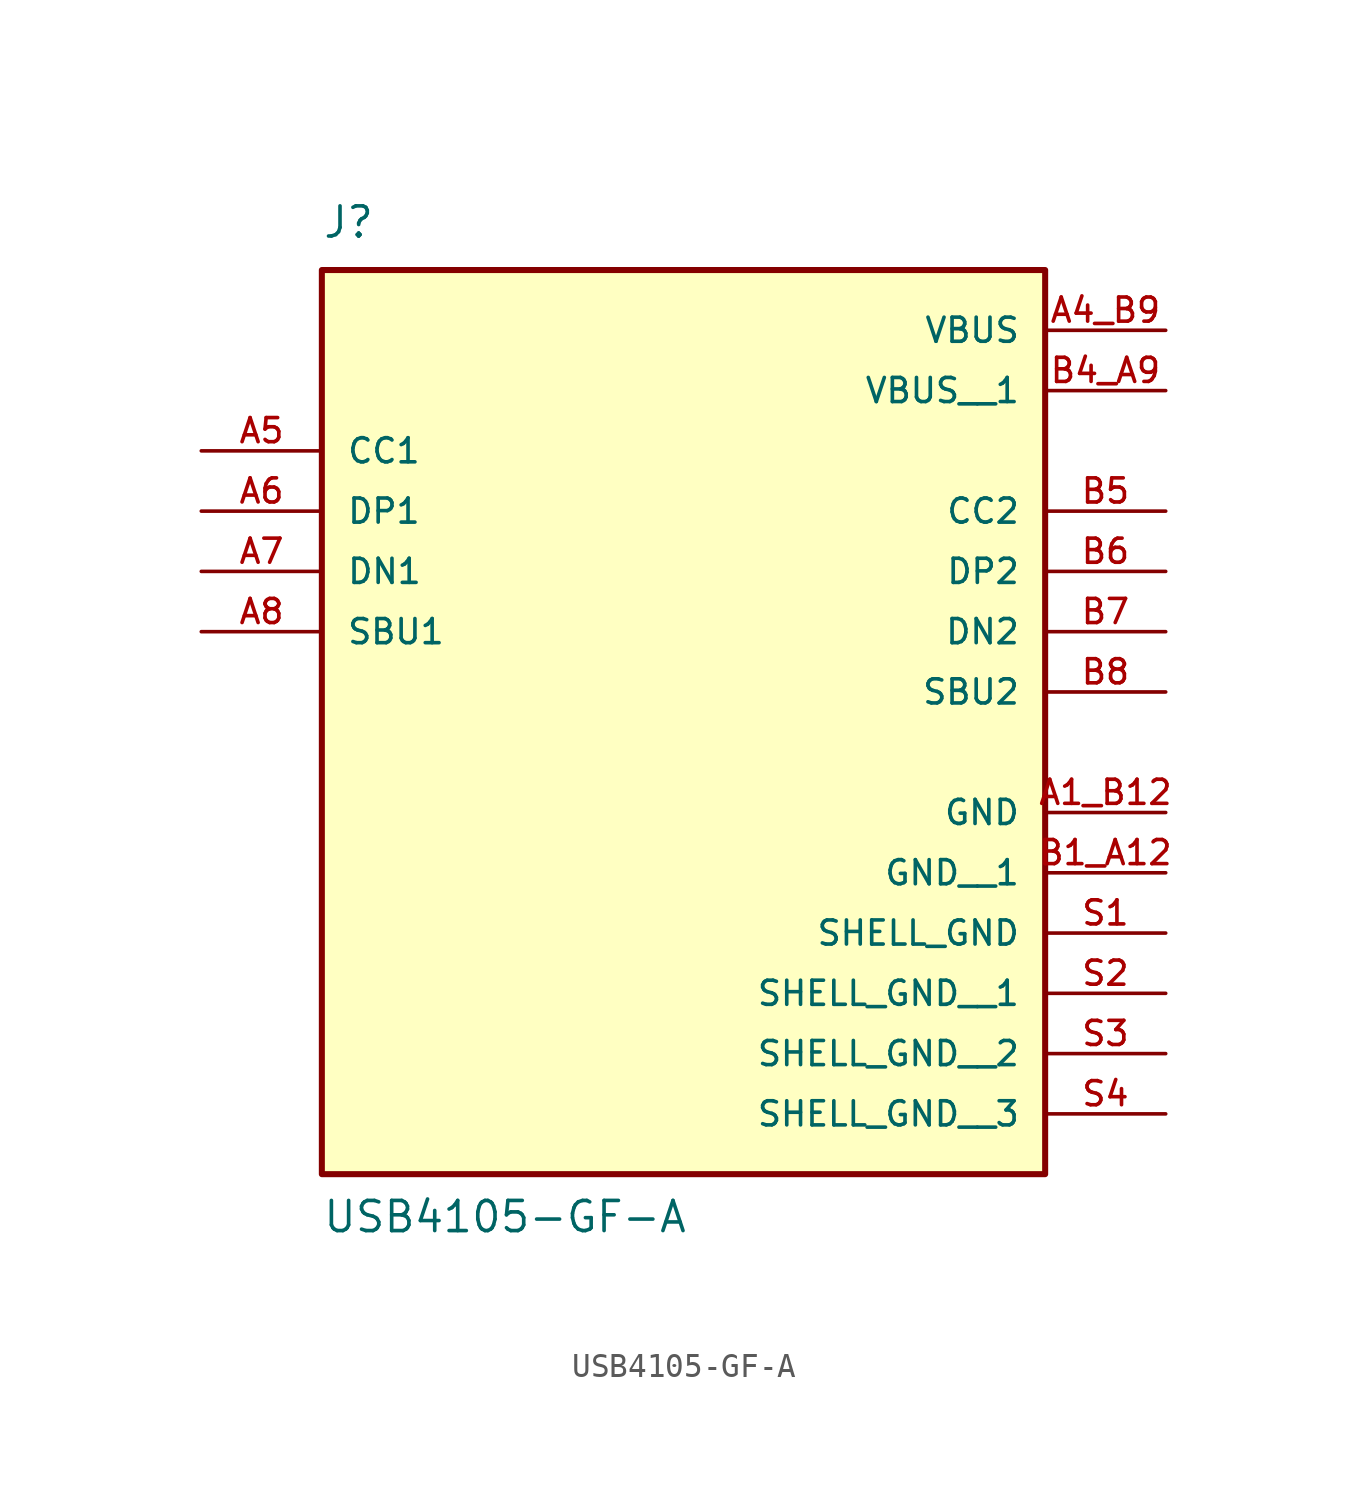
<source format=kicad_sym>
(kicad_symbol_lib
  (version 20211014)
  (generator kicad_symbol_editor)
  (symbol "USB4105-GF-A"
    (pin_names
      (offset 1.016))
    (property "Reference" "J"
      (at -15.24 13.97 0)
      (effects (font (size 1.27 1.27)) (justify left bottom)))
    (property "Value" "USB4105-GF-A"
      (at -15.24 -27.94 0)
      (effects (font (size 1.27 1.27)) (justify left bottom)))
    (property "ki_locked" ""
      (at 0 0 0)
      (effects (font (size 1.27 1.27))))
    (symbol "USB4105-GF-A_0_0"
      (rectangle (start -15.24 -25.4) (end 15.24 12.7) (stroke (width 0.254) (type default) (color 0 0 0 0)) (fill (type background)))
      (pin power_in line (at 20.32 -10.16 180) (length 5.08) (name "GND" (effects (font (size 1.016 1.016)))) (number "A1_B12" (effects (font (size 1.016 1.016)))))
      (pin power_in line (at 20.32 10.16 180) (length 5.08) (name "VBUS" (effects (font (size 1.016 1.016)))) (number "A4_B9" (effects (font (size 1.016 1.016)))))
      (pin bidirectional line (at -20.32 5.08 0) (length 5.08) (name "CC1" (effects (font (size 1.016 1.016)))) (number "A5" (effects (font (size 1.016 1.016)))))
      (pin bidirectional line (at -20.32 2.54 0) (length 5.08) (name "DP1" (effects (font (size 1.016 1.016)))) (number "A6" (effects (font (size 1.016 1.016)))))
      (pin bidirectional line (at -20.32 0 0) (length 5.08) (name "DN1" (effects (font (size 1.016 1.016)))) (number "A7" (effects (font (size 1.016 1.016)))))
      (pin bidirectional line (at -20.32 -2.54 0) (length 5.08) (name "SBU1" (effects (font (size 1.016 1.016)))) (number "A8" (effects (font (size 1.016 1.016)))))
      (pin power_in line (at 20.32 -12.7 180) (length 5.08) (name "GND__1" (effects (font (size 1.016 1.016)))) (number "B1_A12" (effects (font (size 1.016 1.016)))))
      (pin power_in line (at 20.32 7.62 180) (length 5.08) (name "VBUS__1" (effects (font (size 1.016 1.016)))) (number "B4_A9" (effects (font (size 1.016 1.016)))))
      (pin bidirectional line (at 20.32 2.54 180) (length 5.08) (name "CC2" (effects (font (size 1.016 1.016)))) (number "B5" (effects (font (size 1.016 1.016)))))
      (pin bidirectional line (at 20.32 0 180) (length 5.08) (name "DP2" (effects (font (size 1.016 1.016)))) (number "B6" (effects (font (size 1.016 1.016)))))
      (pin bidirectional line (at 20.32 -2.54 180) (length 5.08) (name "DN2" (effects (font (size 1.016 1.016)))) (number "B7" (effects (font (size 1.016 1.016)))))
      (pin bidirectional line (at 20.32 -5.08 180) (length 5.08) (name "SBU2" (effects (font (size 1.016 1.016)))) (number "B8" (effects (font (size 1.016 1.016)))))
      (pin power_in line (at 20.32 -15.24 180) (length 5.08) (name "SHELL_GND" (effects (font (size 1.016 1.016)))) (number "S1" (effects (font (size 1.016 1.016)))))
      (pin power_in line (at 20.32 -17.78 180) (length 5.08) (name "SHELL_GND__1" (effects (font (size 1.016 1.016)))) (number "S2" (effects (font (size 1.016 1.016)))))
      (pin power_in line (at 20.32 -20.32 180) (length 5.08) (name "SHELL_GND__2" (effects (font (size 1.016 1.016)))) (number "S3" (effects (font (size 1.016 1.016)))))
      (pin power_in line (at 20.32 -22.86 180) (length 5.08) (name "SHELL_GND__3" (effects (font (size 1.016 1.016)))) (number "S4" (effects (font (size 1.016 1.016))))))))
</source>
